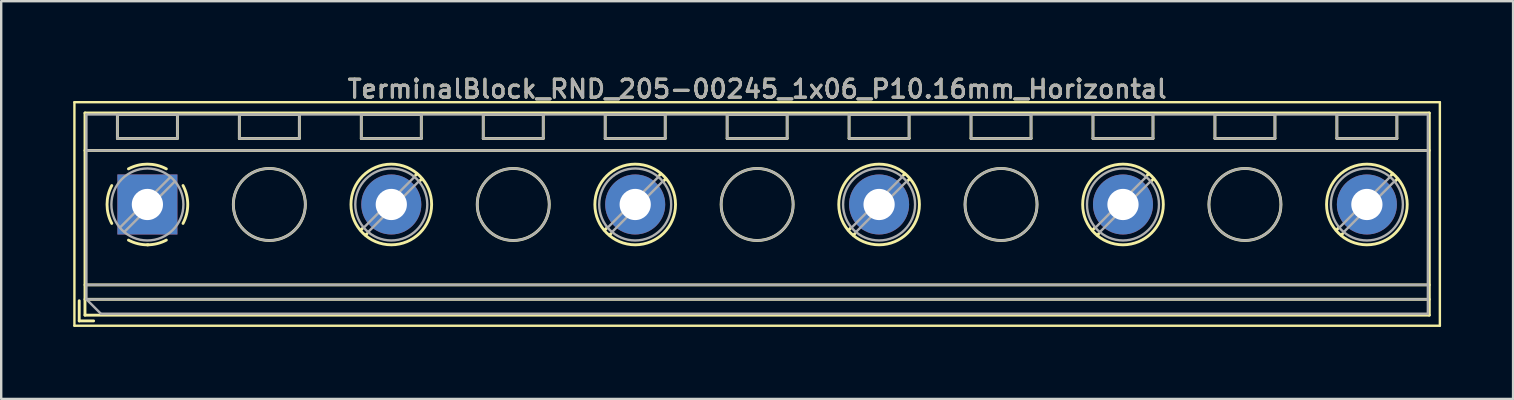
<source format=kicad_pcb>
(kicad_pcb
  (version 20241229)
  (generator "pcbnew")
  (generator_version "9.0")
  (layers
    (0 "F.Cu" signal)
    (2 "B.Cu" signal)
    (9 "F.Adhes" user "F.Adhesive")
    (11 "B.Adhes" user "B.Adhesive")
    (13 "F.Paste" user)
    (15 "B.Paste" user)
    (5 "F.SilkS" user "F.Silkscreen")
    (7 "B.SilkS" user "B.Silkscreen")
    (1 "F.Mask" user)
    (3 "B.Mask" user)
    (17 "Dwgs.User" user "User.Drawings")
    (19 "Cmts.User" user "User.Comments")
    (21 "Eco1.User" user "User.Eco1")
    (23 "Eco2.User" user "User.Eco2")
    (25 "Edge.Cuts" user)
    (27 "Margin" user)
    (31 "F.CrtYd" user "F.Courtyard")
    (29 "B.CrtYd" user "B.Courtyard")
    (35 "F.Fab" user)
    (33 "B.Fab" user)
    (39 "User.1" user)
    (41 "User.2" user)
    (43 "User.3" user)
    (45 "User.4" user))
  (footprint "TerminalBlock_RND_205-00245_1x06_P10.16mm_Horizontal"
    (layer "F.Cu")
    (at 3.09 5.468)
    (property "Reference" "TerminalBlock_RND_205-00245_1x06_P10.16mm_Horizontal" (at 25.4 -4.81 0) (layer "F.SilkS") (effects (font (size 0.75 0.75) (thickness 0.125))))
    (attr through_hole)
    (fp_line (start -3.04 -4.26) (end -3.04 5.05) (stroke (width 0.1) (type solid)) (layer "F.SilkS"))
    (fp_line (start -3.04 5.05) (end 53.84 5.05) (stroke (width 0.1) (type solid)) (layer "F.SilkS"))
    (fp_line (start -2.84 4.01) (end -2.84 4.85) (stroke (width 0.12) (type solid)) (layer "F.SilkS"))
    (fp_line (start -2.84 4.85) (end -2.24 4.85) (stroke (width 0.12) (type solid)) (layer "F.SilkS"))
    (fp_line (start -2.6 -3.811) (end -2.6 4.61) (stroke (width 0.12) (type solid)) (layer "F.SilkS"))
    (fp_line (start -2.6 -3.811) (end 53.4 -3.811) (stroke (width 0.12) (type solid)) (layer "F.SilkS"))
    (fp_line (start -2.6 -2.251) (end 53.4 -2.251) (stroke (width 0.12) (type solid)) (layer "F.SilkS"))
    (fp_line (start -2.6 3.35) (end 53.4 3.35) (stroke (width 0.12) (type solid)) (layer "F.SilkS"))
    (fp_line (start -2.6 3.95) (end 53.4 3.95) (stroke (width 0.12) (type solid)) (layer "F.SilkS"))
    (fp_line (start -2.6 4.61) (end 53.4 4.61) (stroke (width 0.12) (type solid)) (layer "F.SilkS"))
    (fp_line (start -1.25 -3.751) (end -1.25 -2.751) (stroke (width 0.12) (type solid)) (layer "F.SilkS"))
    (fp_line (start -1.25 -3.751) (end 1.25 -3.751) (stroke (width 0.12) (type solid)) (layer "F.SilkS"))
    (fp_line (start -1.25 -2.751) (end 1.25 -2.751) (stroke (width 0.12) (type solid)) (layer "F.SilkS"))
    (fp_line (start 1.25 -3.751) (end 1.25 -2.751) (stroke (width 0.12) (type solid)) (layer "F.SilkS"))
    (fp_line (start 3.83 -3.751) (end 3.83 -2.751) (stroke (width 0.12) (type solid)) (layer "F.SilkS"))
    (fp_line (start 3.83 -3.751) (end 6.33 -3.751) (stroke (width 0.12) (type solid)) (layer "F.SilkS"))
    (fp_line (start 3.83 -2.751) (end 6.33 -2.751) (stroke (width 0.12) (type solid)) (layer "F.SilkS"))
    (fp_line (start 6.33 -3.751) (end 6.33 -2.751) (stroke (width 0.12) (type solid)) (layer "F.SilkS"))
    (fp_line (start 8.91 -3.751) (end 8.91 -2.751) (stroke (width 0.12) (type solid)) (layer "F.SilkS"))
    (fp_line (start 8.91 -3.751) (end 11.41 -3.751) (stroke (width 0.12) (type solid)) (layer "F.SilkS"))
    (fp_line (start 8.91 -2.751) (end 11.41 -2.751) (stroke (width 0.12) (type solid)) (layer "F.SilkS"))
    (fp_line (start 8.98 0.976) (end 8.886 1.069) (stroke (width 0.12) (type solid)) (layer "F.SilkS"))
    (fp_line (start 9.15 1.216) (end 9.091 1.274) (stroke (width 0.12) (type solid)) (layer "F.SilkS"))
    (fp_line (start 11.23 -1.275) (end 11.171 -1.216) (stroke (width 0.12) (type solid)) (layer "F.SilkS"))
    (fp_line (start 11.41 -3.751) (end 11.41 -2.751) (stroke (width 0.12) (type solid)) (layer "F.SilkS"))
    (fp_line (start 11.435 -1.069) (end 11.341 -0.976) (stroke (width 0.12) (type solid)) (layer "F.SilkS"))
    (fp_line (start 13.99 -3.751) (end 13.99 -2.751) (stroke (width 0.12) (type solid)) (layer "F.SilkS"))
    (fp_line (start 13.99 -3.751) (end 16.49 -3.751) (stroke (width 0.12) (type solid)) (layer "F.SilkS"))
    (fp_line (start 13.99 -2.751) (end 16.49 -2.751) (stroke (width 0.12) (type solid)) (layer "F.SilkS"))
    (fp_line (start 16.49 -3.751) (end 16.49 -2.751) (stroke (width 0.12) (type solid)) (layer "F.SilkS"))
    (fp_line (start 19.07 -3.751) (end 19.07 -2.751) (stroke (width 0.12) (type solid)) (layer "F.SilkS"))
    (fp_line (start 19.07 -3.751) (end 21.57 -3.751) (stroke (width 0.12) (type solid)) (layer "F.SilkS"))
    (fp_line (start 19.07 -2.751) (end 21.57 -2.751) (stroke (width 0.12) (type solid)) (layer "F.SilkS"))
    (fp_line (start 19.14 0.976) (end 19.046 1.069) (stroke (width 0.12) (type solid)) (layer "F.SilkS"))
    (fp_line (start 19.31 1.216) (end 19.251 1.274) (stroke (width 0.12) (type solid)) (layer "F.SilkS"))
    (fp_line (start 21.39 -1.275) (end 21.331 -1.216) (stroke (width 0.12) (type solid)) (layer "F.SilkS"))
    (fp_line (start 21.57 -3.751) (end 21.57 -2.751) (stroke (width 0.12) (type solid)) (layer "F.SilkS"))
    (fp_line (start 21.595 -1.069) (end 21.501 -0.976) (stroke (width 0.12) (type solid)) (layer "F.SilkS"))
    (fp_line (start 24.15 -3.751) (end 24.15 -2.751) (stroke (width 0.12) (type solid)) (layer "F.SilkS"))
    (fp_line (start 24.15 -3.751) (end 26.65 -3.751) (stroke (width 0.12) (type solid)) (layer "F.SilkS"))
    (fp_line (start 24.15 -2.751) (end 26.65 -2.751) (stroke (width 0.12) (type solid)) (layer "F.SilkS"))
    (fp_line (start 26.65 -3.751) (end 26.65 -2.751) (stroke (width 0.12) (type solid)) (layer "F.SilkS"))
    (fp_line (start 29.23 -3.751) (end 29.23 -2.751) (stroke (width 0.12) (type solid)) (layer "F.SilkS"))
    (fp_line (start 29.23 -3.751) (end 31.73 -3.751) (stroke (width 0.12) (type solid)) (layer "F.SilkS"))
    (fp_line (start 29.23 -2.751) (end 31.73 -2.751) (stroke (width 0.12) (type solid)) (layer "F.SilkS"))
    (fp_line (start 29.3 0.976) (end 29.206 1.069) (stroke (width 0.12) (type solid)) (layer "F.SilkS"))
    (fp_line (start 29.47 1.216) (end 29.411 1.274) (stroke (width 0.12) (type solid)) (layer "F.SilkS"))
    (fp_line (start 31.55 -1.275) (end 31.491 -1.216) (stroke (width 0.12) (type solid)) (layer "F.SilkS"))
    (fp_line (start 31.73 -3.751) (end 31.73 -2.751) (stroke (width 0.12) (type solid)) (layer "F.SilkS"))
    (fp_line (start 31.755 -1.069) (end 31.661 -0.976) (stroke (width 0.12) (type solid)) (layer "F.SilkS"))
    (fp_line (start 34.31 -3.751) (end 34.31 -2.751) (stroke (width 0.12) (type solid)) (layer "F.SilkS"))
    (fp_line (start 34.31 -3.751) (end 36.81 -3.751) (stroke (width 0.12) (type solid)) (layer "F.SilkS"))
    (fp_line (start 34.31 -2.751) (end 36.81 -2.751) (stroke (width 0.12) (type solid)) (layer "F.SilkS"))
    (fp_line (start 36.81 -3.751) (end 36.81 -2.751) (stroke (width 0.12) (type solid)) (layer "F.SilkS"))
    (fp_line (start 39.39 -3.751) (end 39.39 -2.751) (stroke (width 0.12) (type solid)) (layer "F.SilkS"))
    (fp_line (start 39.39 -3.751) (end 41.89 -3.751) (stroke (width 0.12) (type solid)) (layer "F.SilkS"))
    (fp_line (start 39.39 -2.751) (end 41.89 -2.751) (stroke (width 0.12) (type solid)) (layer "F.SilkS"))
    (fp_line (start 39.46 0.976) (end 39.366 1.069) (stroke (width 0.12) (type solid)) (layer "F.SilkS"))
    (fp_line (start 39.63 1.216) (end 39.571 1.274) (stroke (width 0.12) (type solid)) (layer "F.SilkS"))
    (fp_line (start 41.71 -1.275) (end 41.651 -1.216) (stroke (width 0.12) (type solid)) (layer "F.SilkS"))
    (fp_line (start 41.89 -3.751) (end 41.89 -2.751) (stroke (width 0.12) (type solid)) (layer "F.SilkS"))
    (fp_line (start 41.915 -1.069) (end 41.821 -0.976) (stroke (width 0.12) (type solid)) (layer "F.SilkS"))
    (fp_line (start 44.47 -3.751) (end 44.47 -2.751) (stroke (width 0.12) (type solid)) (layer "F.SilkS"))
    (fp_line (start 44.47 -3.751) (end 46.97 -3.751) (stroke (width 0.12) (type solid)) (layer "F.SilkS"))
    (fp_line (start 44.47 -2.751) (end 46.97 -2.751) (stroke (width 0.12) (type solid)) (layer "F.SilkS"))
    (fp_line (start 46.97 -3.751) (end 46.97 -2.751) (stroke (width 0.12) (type solid)) (layer "F.SilkS"))
    (fp_line (start 49.55 -3.751) (end 49.55 -2.751) (stroke (width 0.12) (type solid)) (layer "F.SilkS"))
    (fp_line (start 49.55 -3.751) (end 52.05 -3.751) (stroke (width 0.12) (type solid)) (layer "F.SilkS"))
    (fp_line (start 49.55 -2.751) (end 52.05 -2.751) (stroke (width 0.12) (type solid)) (layer "F.SilkS"))
    (fp_line (start 49.62 0.976) (end 49.526 1.069) (stroke (width 0.12) (type solid)) (layer "F.SilkS"))
    (fp_line (start 49.79 1.216) (end 49.731 1.274) (stroke (width 0.12) (type solid)) (layer "F.SilkS"))
    (fp_line (start 51.87 -1.275) (end 51.811 -1.216) (stroke (width 0.12) (type solid)) (layer "F.SilkS"))
    (fp_line (start 52.05 -3.751) (end 52.05 -2.751) (stroke (width 0.12) (type solid)) (layer "F.SilkS"))
    (fp_line (start 52.075 -1.069) (end 51.981 -0.976) (stroke (width 0.12) (type solid)) (layer "F.SilkS"))
    (fp_line (start 53.4 -3.811) (end 53.4 4.61) (stroke (width 0.12) (type solid)) (layer "F.SilkS"))
    (fp_line (start 53.84 -4.26) (end -3.04 -4.26) (stroke (width 0.1) (type solid)) (layer "F.SilkS"))
    (fp_line (start 53.84 5.05) (end 53.84 -4.26) (stroke (width 0.1) (type solid)) (layer "F.SilkS"))
    (fp_arc (start -1.483953 0.789089) (mid -1.680708 0.00005) (end -1.484 -0.789) (stroke (width 0.12) (type solid)) (layer "F.SilkS"))
    (fp_arc (start -0.789089 -1.483953) (mid -0.00005 -1.680708) (end 0.789 -1.484) (stroke (width 0.12) (type solid)) (layer "F.SilkS"))
    (fp_arc (start 0.029383 1.68045) (mid -0.392304 1.634281) (end -0.789 1.484) (stroke (width 0.12) (type solid)) (layer "F.SilkS"))
    (fp_arc (start 0.788712 1.483352) (mid 0.406429 1.630097) (end 0 1.68) (stroke (width 0.12) (type solid)) (layer "F.SilkS"))
    (fp_arc (start 1.483953 -0.789089) (mid 1.680708 -0.00005) (end 1.484 0.789) (stroke (width 0.12) (type solid)) (layer "F.SilkS"))
    (fp_circle (center 5.08 0) (end 6.58 0) (stroke (width 0.12) (type solid)) (fill no) (layer "F.SilkS"))
    (fp_circle (center 10.16 0) (end 11.84 0) (stroke (width 0.12) (type solid)) (fill no) (layer "F.SilkS"))
    (fp_circle (center 15.24 0) (end 16.74 0) (stroke (width 0.12) (type solid)) (fill no) (layer "F.SilkS"))
    (fp_circle (center 20.32 0) (end 22 0) (stroke (width 0.12) (type solid)) (fill no) (layer "F.SilkS"))
    (fp_circle (center 25.4 0) (end 26.9 0) (stroke (width 0.12) (type solid)) (fill no) (layer "F.SilkS"))
    (fp_circle (center 30.48 0) (end 32.16 0) (stroke (width 0.12) (type solid)) (fill no) (layer "F.SilkS"))
    (fp_circle (center 35.56 0) (end 37.06 0) (stroke (width 0.12) (type solid)) (fill no) (layer "F.SilkS"))
    (fp_circle (center 40.64 0) (end 42.32 0) (stroke (width 0.12) (type solid)) (fill no) (layer "F.SilkS"))
    (fp_circle (center 45.72 0) (end 47.22 0) (stroke (width 0.12) (type solid)) (fill no) (layer "F.SilkS"))
    (fp_circle (center 50.8 0) (end 52.48 0) (stroke (width 0.12) (type solid)) (fill no) (layer "F.SilkS"))
    (fp_line (start -2.54 -3.75) (end 53.34 -3.75) (stroke (width 0.1) (type solid)) (layer "F.Fab"))
    (fp_line (start -2.54 -2.25) (end 53.34 -2.25) (stroke (width 0.1) (type solid)) (layer "F.Fab"))
    (fp_line (start -2.54 3.35) (end 53.34 3.35) (stroke (width 0.1) (type solid)) (layer "F.Fab"))
    (fp_line (start -2.54 3.95) (end -2.54 -3.75) (stroke (width 0.1) (type solid)) (layer "F.Fab"))
    (fp_line (start -2.54 3.95) (end 53.34 3.95) (stroke (width 0.1) (type solid)) (layer "F.Fab"))
    (fp_line (start -1.94 4.55) (end -2.54 3.95) (stroke (width 0.1) (type solid)) (layer "F.Fab"))
    (fp_line (start -1.25 -3.75) (end -1.25 -2.75) (stroke (width 0.1) (type solid)) (layer "F.Fab"))
    (fp_line (start -1.25 -2.75) (end 1.25 -2.75) (stroke (width 0.1) (type solid)) (layer "F.Fab"))
    (fp_line (start 0.955 -1.138) (end -1.138 0.955) (stroke (width 0.1) (type solid)) (layer "F.Fab"))
    (fp_line (start 1.138 -0.955) (end -0.955 1.138) (stroke (width 0.1) (type solid)) (layer "F.Fab"))
    (fp_line (start 1.25 -3.75) (end -1.25 -3.75) (stroke (width 0.1) (type solid)) (layer "F.Fab"))
    (fp_line (start 1.25 -2.75) (end 1.25 -3.75) (stroke (width 0.1) (type solid)) (layer "F.Fab"))
    (fp_line (start 3.83 -3.75) (end 3.83 -2.75) (stroke (width 0.1) (type solid)) (layer "F.Fab"))
    (fp_line (start 3.83 -2.75) (end 6.33 -2.75) (stroke (width 0.1) (type solid)) (layer "F.Fab"))
    (fp_line (start 6.33 -3.75) (end 3.83 -3.75) (stroke (width 0.1) (type solid)) (layer "F.Fab"))
    (fp_line (start 6.33 -2.75) (end 6.33 -3.75) (stroke (width 0.1) (type solid)) (layer "F.Fab"))
    (fp_line (start 8.91 -3.75) (end 8.91 -2.75) (stroke (width 0.1) (type solid)) (layer "F.Fab"))
    (fp_line (start 8.91 -2.75) (end 11.41 -2.75) (stroke (width 0.1) (type solid)) (layer "F.Fab"))
    (fp_line (start 11.115 -1.138) (end 9.023 0.955) (stroke (width 0.1) (type solid)) (layer "F.Fab"))
    (fp_line (start 11.298 -0.955) (end 9.206 1.138) (stroke (width 0.1) (type solid)) (layer "F.Fab"))
    (fp_line (start 11.41 -3.75) (end 8.91 -3.75) (stroke (width 0.1) (type solid)) (layer "F.Fab"))
    (fp_line (start 11.41 -2.75) (end 11.41 -3.75) (stroke (width 0.1) (type solid)) (layer "F.Fab"))
    (fp_line (start 13.99 -3.75) (end 13.99 -2.75) (stroke (width 0.1) (type solid)) (layer "F.Fab"))
    (fp_line (start 13.99 -2.75) (end 16.49 -2.75) (stroke (width 0.1) (type solid)) (layer "F.Fab"))
    (fp_line (start 16.49 -3.75) (end 13.99 -3.75) (stroke (width 0.1) (type solid)) (layer "F.Fab"))
    (fp_line (start 16.49 -2.75) (end 16.49 -3.75) (stroke (width 0.1) (type solid)) (layer "F.Fab"))
    (fp_line (start 19.07 -3.75) (end 19.07 -2.75) (stroke (width 0.1) (type solid)) (layer "F.Fab"))
    (fp_line (start 19.07 -2.75) (end 21.57 -2.75) (stroke (width 0.1) (type solid)) (layer "F.Fab"))
    (fp_line (start 21.275 -1.138) (end 19.183 0.955) (stroke (width 0.1) (type solid)) (layer "F.Fab"))
    (fp_line (start 21.458 -0.955) (end 19.366 1.138) (stroke (width 0.1) (type solid)) (layer "F.Fab"))
    (fp_line (start 21.57 -3.75) (end 19.07 -3.75) (stroke (width 0.1) (type solid)) (layer "F.Fab"))
    (fp_line (start 21.57 -2.75) (end 21.57 -3.75) (stroke (width 0.1) (type solid)) (layer "F.Fab"))
    (fp_line (start 24.15 -3.75) (end 24.15 -2.75) (stroke (width 0.1) (type solid)) (layer "F.Fab"))
    (fp_line (start 24.15 -2.75) (end 26.65 -2.75) (stroke (width 0.1) (type solid)) (layer "F.Fab"))
    (fp_line (start 26.65 -3.75) (end 24.15 -3.75) (stroke (width 0.1) (type solid)) (layer "F.Fab"))
    (fp_line (start 26.65 -2.75) (end 26.65 -3.75) (stroke (width 0.1) (type solid)) (layer "F.Fab"))
    (fp_line (start 29.23 -3.75) (end 29.23 -2.75) (stroke (width 0.1) (type solid)) (layer "F.Fab"))
    (fp_line (start 29.23 -2.75) (end 31.73 -2.75) (stroke (width 0.1) (type solid)) (layer "F.Fab"))
    (fp_line (start 31.435 -1.138) (end 29.343 0.955) (stroke (width 0.1) (type solid)) (layer "F.Fab"))
    (fp_line (start 31.618 -0.955) (end 29.526 1.138) (stroke (width 0.1) (type solid)) (layer "F.Fab"))
    (fp_line (start 31.73 -3.75) (end 29.23 -3.75) (stroke (width 0.1) (type solid)) (layer "F.Fab"))
    (fp_line (start 31.73 -2.75) (end 31.73 -3.75) (stroke (width 0.1) (type solid)) (layer "F.Fab"))
    (fp_line (start 34.31 -3.75) (end 34.31 -2.75) (stroke (width 0.1) (type solid)) (layer "F.Fab"))
    (fp_line (start 34.31 -2.75) (end 36.81 -2.75) (stroke (width 0.1) (type solid)) (layer "F.Fab"))
    (fp_line (start 36.81 -3.75) (end 34.31 -3.75) (stroke (width 0.1) (type solid)) (layer "F.Fab"))
    (fp_line (start 36.81 -2.75) (end 36.81 -3.75) (stroke (width 0.1) (type solid)) (layer "F.Fab"))
    (fp_line (start 39.39 -3.75) (end 39.39 -2.75) (stroke (width 0.1) (type solid)) (layer "F.Fab"))
    (fp_line (start 39.39 -2.75) (end 41.89 -2.75) (stroke (width 0.1) (type solid)) (layer "F.Fab"))
    (fp_line (start 41.595 -1.138) (end 39.503 0.955) (stroke (width 0.1) (type solid)) (layer "F.Fab"))
    (fp_line (start 41.778 -0.955) (end 39.686 1.138) (stroke (width 0.1) (type solid)) (layer "F.Fab"))
    (fp_line (start 41.89 -3.75) (end 39.39 -3.75) (stroke (width 0.1) (type solid)) (layer "F.Fab"))
    (fp_line (start 41.89 -2.75) (end 41.89 -3.75) (stroke (width 0.1) (type solid)) (layer "F.Fab"))
    (fp_line (start 44.47 -3.75) (end 44.47 -2.75) (stroke (width 0.1) (type solid)) (layer "F.Fab"))
    (fp_line (start 44.47 -2.75) (end 46.97 -2.75) (stroke (width 0.1) (type solid)) (layer "F.Fab"))
    (fp_line (start 46.97 -3.75) (end 44.47 -3.75) (stroke (width 0.1) (type solid)) (layer "F.Fab"))
    (fp_line (start 46.97 -2.75) (end 46.97 -3.75) (stroke (width 0.1) (type solid)) (layer "F.Fab"))
    (fp_line (start 49.55 -3.75) (end 49.55 -2.75) (stroke (width 0.1) (type solid)) (layer "F.Fab"))
    (fp_line (start 49.55 -2.75) (end 52.05 -2.75) (stroke (width 0.1) (type solid)) (layer "F.Fab"))
    (fp_line (start 51.755 -1.138) (end 49.663 0.955) (stroke (width 0.1) (type solid)) (layer "F.Fab"))
    (fp_line (start 51.938 -0.955) (end 49.846 1.138) (stroke (width 0.1) (type solid)) (layer "F.Fab"))
    (fp_line (start 52.05 -3.75) (end 49.55 -3.75) (stroke (width 0.1) (type solid)) (layer "F.Fab"))
    (fp_line (start 52.05 -2.75) (end 52.05 -3.75) (stroke (width 0.1) (type solid)) (layer "F.Fab"))
    (fp_line (start 53.34 -3.75) (end 53.34 4.55) (stroke (width 0.1) (type solid)) (layer "F.Fab"))
    (fp_line (start 53.34 4.55) (end -1.94 4.55) (stroke (width 0.1) (type solid)) (layer "F.Fab"))
    (fp_circle (center 0 0) (end 1.5 0) (stroke (width 0.1) (type solid)) (fill no) (layer "F.Fab"))
    (fp_circle (center 5.08 0) (end 6.58 0) (stroke (width 0.1) (type solid)) (fill no) (layer "F.Fab"))
    (fp_circle (center 10.16 0) (end 11.66 0) (stroke (width 0.1) (type solid)) (fill no) (layer "F.Fab"))
    (fp_circle (center 15.24 0) (end 16.74 0) (stroke (width 0.1) (type solid)) (fill no) (layer "F.Fab"))
    (fp_circle (center 20.32 0) (end 21.82 0) (stroke (width 0.1) (type solid)) (fill no) (layer "F.Fab"))
    (fp_circle (center 25.4 0) (end 26.9 0) (stroke (width 0.1) (type solid)) (fill no) (layer "F.Fab"))
    (fp_circle (center 30.48 0) (end 31.98 0) (stroke (width 0.1) (type solid)) (fill no) (layer "F.Fab"))
    (fp_circle (center 35.56 0) (end 37.06 0) (stroke (width 0.1) (type solid)) (fill no) (layer "F.Fab"))
    (fp_circle (center 40.64 0) (end 42.14 0) (stroke (width 0.1) (type solid)) (fill no) (layer "F.Fab"))
    (fp_circle (center 45.72 0) (end 47.22 0) (stroke (width 0.1) (type solid)) (fill no) (layer "F.Fab"))
    (fp_circle (center 50.8 0) (end 52.3 0) (stroke (width 0.1) (type solid)) (fill no) (layer "F.Fab"))
    (fp_text user "${REFERENCE}" (at 25.4 -4.81 0) (layer "F.Fab") (effects (font (size 0.75 0.75) (thickness 0.125))))
    (pad "1" thru_hole rect (at 0 0) (size 2.5 2.5) (drill 1.3) (layers "*.Cu" "*.Mask"))
    (pad "2" thru_hole circle (at 10.16 0) (size 2.5 2.5) (drill 1.3) (layers "*.Cu" "*.Mask"))
    (pad "3" thru_hole circle (at 20.32 0) (size 2.5 2.5) (drill 1.3) (layers "*.Cu" "*.Mask"))
    (pad "4" thru_hole circle (at 30.48 0) (size 2.5 2.5) (drill 1.3) (layers "*.Cu" "*.Mask"))
    (pad "5" thru_hole circle (at 40.64 0) (size 2.5 2.5) (drill 1.3) (layers "*.Cu" "*.Mask"))
    (pad "6" thru_hole circle (at 50.8 0) (size 2.5 2.5) (drill 1.3) (layers "*.Cu" "*.Mask")))
  (gr_rect
    (start -3 -3)
    (end 59.98 13.568)
    (stroke (width 0.1) (type default))
    (fill no)
    (layer "Edge.Cuts")))
</source>
